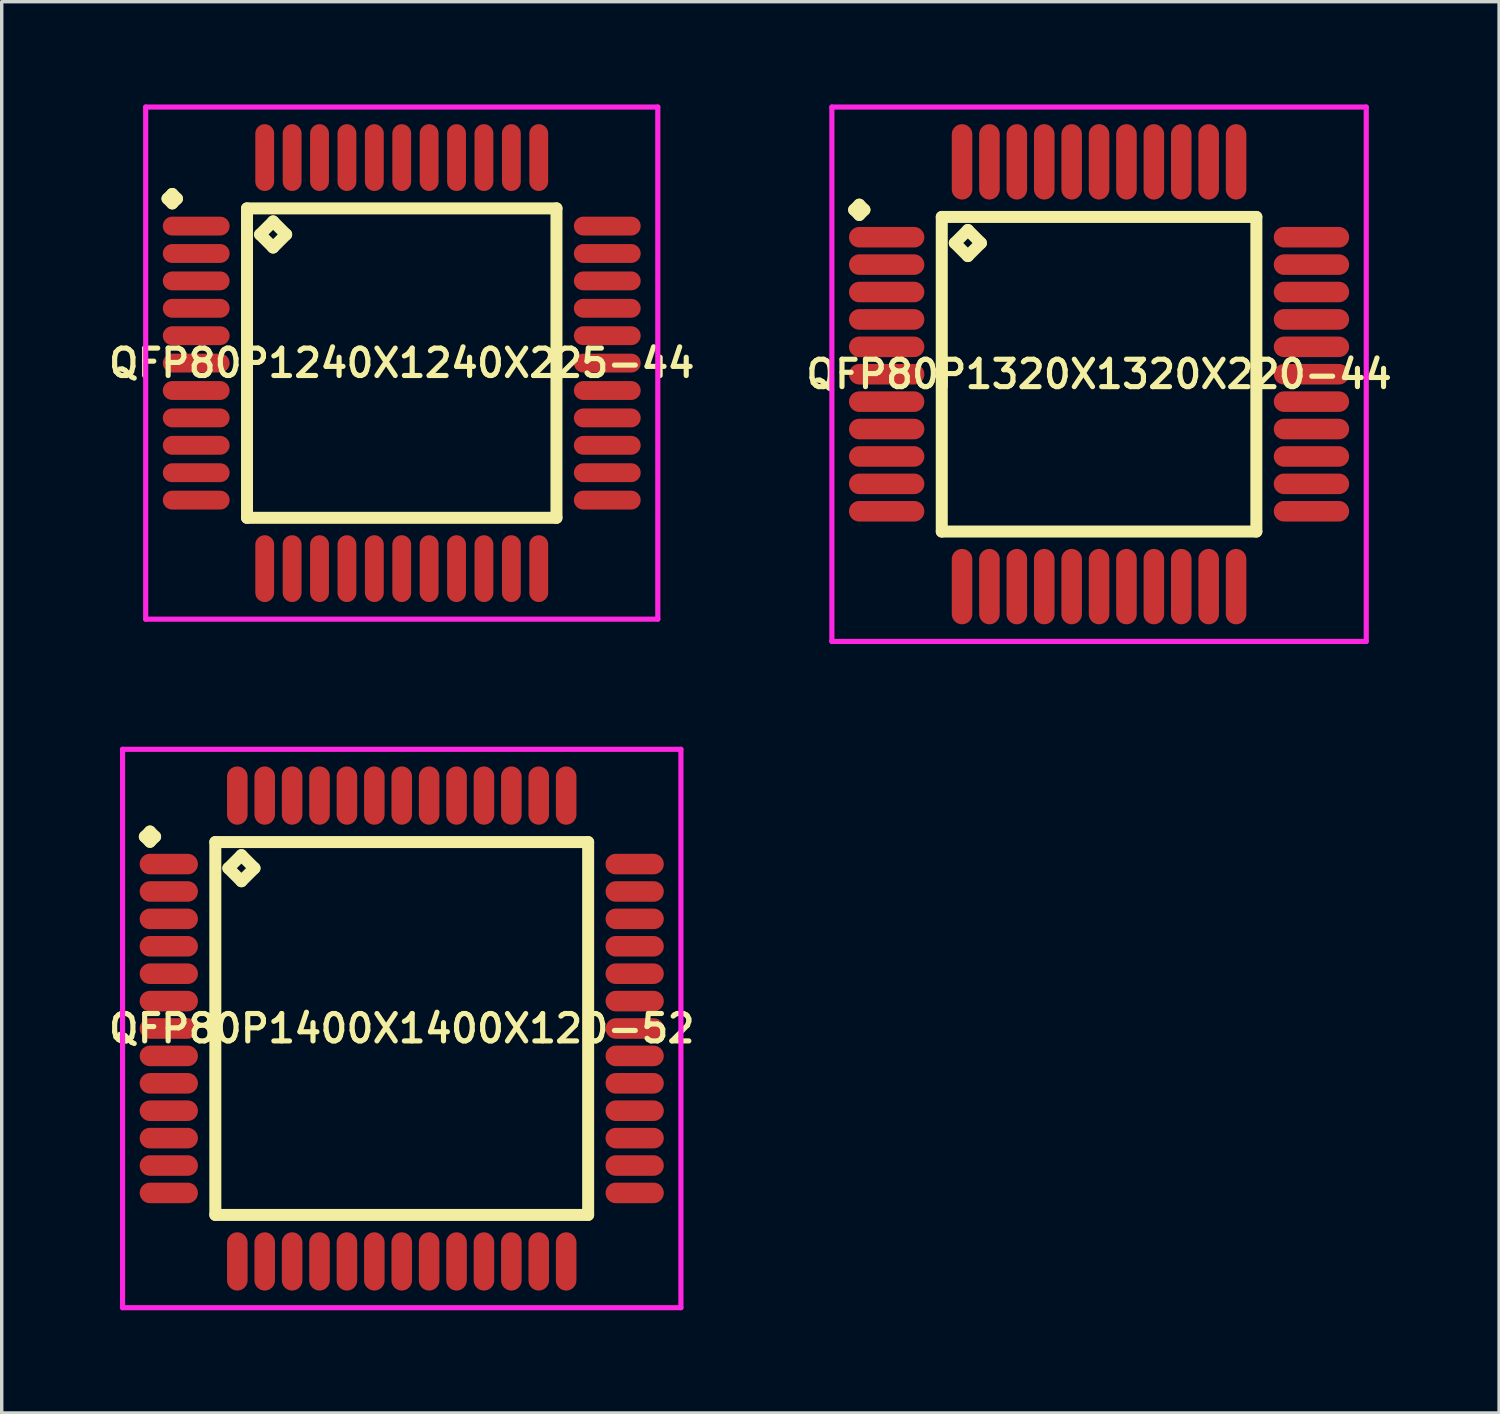
<source format=kicad_pcb>
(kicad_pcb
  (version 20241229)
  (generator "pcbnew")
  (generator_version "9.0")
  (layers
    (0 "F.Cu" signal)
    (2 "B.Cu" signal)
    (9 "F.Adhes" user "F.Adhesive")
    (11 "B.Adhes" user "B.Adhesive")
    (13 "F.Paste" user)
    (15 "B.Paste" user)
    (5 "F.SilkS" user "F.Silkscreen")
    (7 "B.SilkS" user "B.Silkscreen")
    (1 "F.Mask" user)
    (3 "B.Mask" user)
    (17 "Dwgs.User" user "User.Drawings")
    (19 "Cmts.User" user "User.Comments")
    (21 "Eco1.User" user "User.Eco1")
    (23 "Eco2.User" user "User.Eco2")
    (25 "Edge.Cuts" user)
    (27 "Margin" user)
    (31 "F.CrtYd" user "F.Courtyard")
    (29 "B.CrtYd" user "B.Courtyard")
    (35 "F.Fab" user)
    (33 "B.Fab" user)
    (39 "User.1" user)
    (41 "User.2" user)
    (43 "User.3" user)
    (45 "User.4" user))
  (footprint "QFP80P1240X1240X225-44"
    (layer "F.Cu")
    (at 8.678 7.55)
    (property "Reference" "QFP80P1240X1240X225-44" (at 0 0 0) (layer "F.SilkS") (effects (font (size 0.8 0.8) (thickness 0.15))))
    (attr smd)
    (fp_line (start -6.838 -4.8) (end -6.7 -4.938) (stroke (width 0.35) (type solid)) (layer "F.SilkS"))
    (fp_line (start -6.7 -4.938) (end -6.562 -4.8) (stroke (width 0.35) (type solid)) (layer "F.SilkS"))
    (fp_line (start -6.7 -4.662) (end -6.838 -4.8) (stroke (width 0.35) (type solid)) (layer "F.SilkS"))
    (fp_line (start -6.562 -4.8) (end -6.7 -4.662) (stroke (width 0.35) (type solid)) (layer "F.SilkS"))
    (fp_line (start -4.517 -4.517) (end -4.517 4.517) (stroke (width 0.35) (type solid)) (layer "F.SilkS"))
    (fp_line (start -4.517 4.517) (end 4.517 4.517) (stroke (width 0.35) (type solid)) (layer "F.SilkS"))
    (fp_line (start -4.136 -3.755) (end -3.755 -4.136) (stroke (width 0.35) (type solid)) (layer "F.SilkS"))
    (fp_line (start -3.755 -4.136) (end -3.374 -3.755) (stroke (width 0.35) (type solid)) (layer "F.SilkS"))
    (fp_line (start -3.755 -3.374) (end -4.136 -3.755) (stroke (width 0.35) (type solid)) (layer "F.SilkS"))
    (fp_line (start -3.374 -3.755) (end -3.755 -3.374) (stroke (width 0.35) (type solid)) (layer "F.SilkS"))
    (fp_line (start 4.517 -4.517) (end -4.517 -4.517) (stroke (width 0.35) (type solid)) (layer "F.SilkS"))
    (fp_line (start 4.517 4.517) (end 4.517 -4.517) (stroke (width 0.35) (type solid)) (layer "F.SilkS"))
    (fp_line (start -7.475 -7.475) (end 7.475 -7.475) (stroke (width 0.15) (type solid)) (layer "F.CrtYd"))
    (fp_line (start -7.475 7.475) (end -7.475 -7.475) (stroke (width 0.15) (type solid)) (layer "F.CrtYd"))
    (fp_line (start 7.475 -7.475) (end 7.475 7.475) (stroke (width 0.15) (type solid)) (layer "F.CrtYd"))
    (fp_line (start 7.475 7.475) (end -7.475 7.475) (stroke (width 0.15) (type solid)) (layer "F.CrtYd"))
    (pad "1" smd oval (at -6 -4) (size 1.95 0.55) (layers "F.Cu" "F.Mask" "F.Paste"))
    (pad "2" smd oval (at -6 -3.2) (size 1.95 0.55) (layers "F.Cu" "F.Mask" "F.Paste"))
    (pad "3" smd oval (at -6 -2.4) (size 1.95 0.55) (layers "F.Cu" "F.Mask" "F.Paste"))
    (pad "4" smd oval (at -6 -1.6) (size 1.95 0.55) (layers "F.Cu" "F.Mask" "F.Paste"))
    (pad "5" smd oval (at -6 -0.8) (size 1.95 0.55) (layers "F.Cu" "F.Mask" "F.Paste"))
    (pad "6" smd oval (at -6 0) (size 1.95 0.55) (layers "F.Cu" "F.Mask" "F.Paste"))
    (pad "7" smd oval (at -6 0.8) (size 1.95 0.55) (layers "F.Cu" "F.Mask" "F.Paste"))
    (pad "8" smd oval (at -6 1.6) (size 1.95 0.55) (layers "F.Cu" "F.Mask" "F.Paste"))
    (pad "9" smd oval (at -6 2.4) (size 1.95 0.55) (layers "F.Cu" "F.Mask" "F.Paste"))
    (pad "10" smd oval (at -6 3.2) (size 1.95 0.55) (layers "F.Cu" "F.Mask" "F.Paste"))
    (pad "11" smd oval (at -6 4) (size 1.95 0.55) (layers "F.Cu" "F.Mask" "F.Paste"))
    (pad "12" smd oval (at -4 6) (size 0.55 1.95) (layers "F.Cu" "F.Mask" "F.Paste"))
    (pad "13" smd oval (at -3.2 6) (size 0.55 1.95) (layers "F.Cu" "F.Mask" "F.Paste"))
    (pad "14" smd oval (at -2.4 6) (size 0.55 1.95) (layers "F.Cu" "F.Mask" "F.Paste"))
    (pad "15" smd oval (at -1.6 6) (size 0.55 1.95) (layers "F.Cu" "F.Mask" "F.Paste"))
    (pad "16" smd oval (at -0.8 6) (size 0.55 1.95) (layers "F.Cu" "F.Mask" "F.Paste"))
    (pad "17" smd oval (at 0 6) (size 0.55 1.95) (layers "F.Cu" "F.Mask" "F.Paste"))
    (pad "18" smd oval (at 0.8 6) (size 0.55 1.95) (layers "F.Cu" "F.Mask" "F.Paste"))
    (pad "19" smd oval (at 1.6 6) (size 0.55 1.95) (layers "F.Cu" "F.Mask" "F.Paste"))
    (pad "20" smd oval (at 2.4 6) (size 0.55 1.95) (layers "F.Cu" "F.Mask" "F.Paste"))
    (pad "21" smd oval (at 3.2 6) (size 0.55 1.95) (layers "F.Cu" "F.Mask" "F.Paste"))
    (pad "22" smd oval (at 4 6) (size 0.55 1.95) (layers "F.Cu" "F.Mask" "F.Paste"))
    (pad "23" smd oval (at 6 4) (size 1.95 0.55) (layers "F.Cu" "F.Mask" "F.Paste"))
    (pad "24" smd oval (at 6 3.2) (size 1.95 0.55) (layers "F.Cu" "F.Mask" "F.Paste"))
    (pad "25" smd oval (at 6 2.4) (size 1.95 0.55) (layers "F.Cu" "F.Mask" "F.Paste"))
    (pad "26" smd oval (at 6 1.6) (size 1.95 0.55) (layers "F.Cu" "F.Mask" "F.Paste"))
    (pad "27" smd oval (at 6 0.8) (size 1.95 0.55) (layers "F.Cu" "F.Mask" "F.Paste"))
    (pad "28" smd oval (at 6 0) (size 1.95 0.55) (layers "F.Cu" "F.Mask" "F.Paste"))
    (pad "29" smd oval (at 6 -0.8) (size 1.95 0.55) (layers "F.Cu" "F.Mask" "F.Paste"))
    (pad "30" smd oval (at 6 -1.6) (size 1.95 0.55) (layers "F.Cu" "F.Mask" "F.Paste"))
    (pad "31" smd oval (at 6 -2.4) (size 1.95 0.55) (layers "F.Cu" "F.Mask" "F.Paste"))
    (pad "32" smd oval (at 6 -3.2) (size 1.95 0.55) (layers "F.Cu" "F.Mask" "F.Paste"))
    (pad "33" smd oval (at 6 -4) (size 1.95 0.55) (layers "F.Cu" "F.Mask" "F.Paste"))
    (pad "34" smd oval (at 4 -6) (size 0.55 1.95) (layers "F.Cu" "F.Mask" "F.Paste"))
    (pad "35" smd oval (at 3.2 -6) (size 0.55 1.95) (layers "F.Cu" "F.Mask" "F.Paste"))
    (pad "36" smd oval (at 2.4 -6) (size 0.55 1.95) (layers "F.Cu" "F.Mask" "F.Paste"))
    (pad "37" smd oval (at 1.6 -6) (size 0.55 1.95) (layers "F.Cu" "F.Mask" "F.Paste"))
    (pad "38" smd oval (at 0.8 -6) (size 0.55 1.95) (layers "F.Cu" "F.Mask" "F.Paste"))
    (pad "39" smd oval (at 0 -6) (size 0.55 1.95) (layers "F.Cu" "F.Mask" "F.Paste"))
    (pad "40" smd oval (at -0.8 -6) (size 0.55 1.95) (layers "F.Cu" "F.Mask" "F.Paste"))
    (pad "41" smd oval (at -1.6 -6) (size 0.55 1.95) (layers "F.Cu" "F.Mask" "F.Paste"))
    (pad "42" smd oval (at -2.4 -6) (size 0.55 1.95) (layers "F.Cu" "F.Mask" "F.Paste"))
    (pad "43" smd oval (at -3.2 -6) (size 0.55 1.95) (layers "F.Cu" "F.Mask" "F.Paste"))
    (pad "44" smd oval (at -4 -6) (size 0.55 1.95) (layers "F.Cu" "F.Mask" "F.Paste")))
  (footprint "QFP80P1320X1320X220-44"
    (layer "F.Cu")
    (at 29.035 7.875)
    (property "Reference" "QFP80P1320X1320X220-44" (at 0 0 0) (layer "F.SilkS") (effects (font (size 0.8 0.8) (thickness 0.15))))
    (attr smd)
    (fp_line (start -7.15 -4.8) (end -7 -4.95) (stroke (width 0.35) (type solid)) (layer "F.SilkS"))
    (fp_line (start -7 -4.95) (end -6.85 -4.8) (stroke (width 0.35) (type solid)) (layer "F.SilkS"))
    (fp_line (start -7 -4.65) (end -7.15 -4.8) (stroke (width 0.35) (type solid)) (layer "F.SilkS"))
    (fp_line (start -6.85 -4.8) (end -7 -4.65) (stroke (width 0.35) (type solid)) (layer "F.SilkS"))
    (fp_line (start -4.592 -4.592) (end -4.592 4.592) (stroke (width 0.35) (type solid)) (layer "F.SilkS"))
    (fp_line (start -4.592 4.592) (end 4.592 4.592) (stroke (width 0.35) (type solid)) (layer "F.SilkS"))
    (fp_line (start -4.211 -3.83) (end -3.83 -4.211) (stroke (width 0.35) (type solid)) (layer "F.SilkS"))
    (fp_line (start -3.83 -4.211) (end -3.449 -3.83) (stroke (width 0.35) (type solid)) (layer "F.SilkS"))
    (fp_line (start -3.83 -3.449) (end -4.211 -3.83) (stroke (width 0.35) (type solid)) (layer "F.SilkS"))
    (fp_line (start -3.449 -3.83) (end -3.83 -3.449) (stroke (width 0.35) (type solid)) (layer "F.SilkS"))
    (fp_line (start 4.592 -4.592) (end -4.592 -4.592) (stroke (width 0.35) (type solid)) (layer "F.SilkS"))
    (fp_line (start 4.592 4.592) (end 4.592 -4.592) (stroke (width 0.35) (type solid)) (layer "F.SilkS"))
    (fp_line (start -7.8 -7.8) (end 7.8 -7.8) (stroke (width 0.15) (type solid)) (layer "F.CrtYd"))
    (fp_line (start -7.8 7.8) (end -7.8 -7.8) (stroke (width 0.15) (type solid)) (layer "F.CrtYd"))
    (fp_line (start 7.8 -7.8) (end 7.8 7.8) (stroke (width 0.15) (type solid)) (layer "F.CrtYd"))
    (fp_line (start 7.8 7.8) (end -7.8 7.8) (stroke (width 0.15) (type solid)) (layer "F.CrtYd"))
    (pad "1" smd oval (at -6.2 -4) (size 2.2 0.6) (layers "F.Cu" "F.Mask" "F.Paste"))
    (pad "2" smd oval (at -6.2 -3.2) (size 2.2 0.6) (layers "F.Cu" "F.Mask" "F.Paste"))
    (pad "3" smd oval (at -6.2 -2.4) (size 2.2 0.6) (layers "F.Cu" "F.Mask" "F.Paste"))
    (pad "4" smd oval (at -6.2 -1.6) (size 2.2 0.6) (layers "F.Cu" "F.Mask" "F.Paste"))
    (pad "5" smd oval (at -6.2 -0.8) (size 2.2 0.6) (layers "F.Cu" "F.Mask" "F.Paste"))
    (pad "6" smd oval (at -6.2 0) (size 2.2 0.6) (layers "F.Cu" "F.Mask" "F.Paste"))
    (pad "7" smd oval (at -6.2 0.8) (size 2.2 0.6) (layers "F.Cu" "F.Mask" "F.Paste"))
    (pad "8" smd oval (at -6.2 1.6) (size 2.2 0.6) (layers "F.Cu" "F.Mask" "F.Paste"))
    (pad "9" smd oval (at -6.2 2.4) (size 2.2 0.6) (layers "F.Cu" "F.Mask" "F.Paste"))
    (pad "10" smd oval (at -6.2 3.2) (size 2.2 0.6) (layers "F.Cu" "F.Mask" "F.Paste"))
    (pad "11" smd oval (at -6.2 4) (size 2.2 0.6) (layers "F.Cu" "F.Mask" "F.Paste"))
    (pad "12" smd oval (at -4 6.2) (size 0.6 2.2) (layers "F.Cu" "F.Mask" "F.Paste"))
    (pad "13" smd oval (at -3.2 6.2) (size 0.6 2.2) (layers "F.Cu" "F.Mask" "F.Paste"))
    (pad "14" smd oval (at -2.4 6.2) (size 0.6 2.2) (layers "F.Cu" "F.Mask" "F.Paste"))
    (pad "15" smd oval (at -1.6 6.2) (size 0.6 2.2) (layers "F.Cu" "F.Mask" "F.Paste"))
    (pad "16" smd oval (at -0.8 6.2) (size 0.6 2.2) (layers "F.Cu" "F.Mask" "F.Paste"))
    (pad "17" smd oval (at 0 6.2) (size 0.6 2.2) (layers "F.Cu" "F.Mask" "F.Paste"))
    (pad "18" smd oval (at 0.8 6.2) (size 0.6 2.2) (layers "F.Cu" "F.Mask" "F.Paste"))
    (pad "19" smd oval (at 1.6 6.2) (size 0.6 2.2) (layers "F.Cu" "F.Mask" "F.Paste"))
    (pad "20" smd oval (at 2.4 6.2) (size 0.6 2.2) (layers "F.Cu" "F.Mask" "F.Paste"))
    (pad "21" smd oval (at 3.2 6.2) (size 0.6 2.2) (layers "F.Cu" "F.Mask" "F.Paste"))
    (pad "22" smd oval (at 4 6.2) (size 0.6 2.2) (layers "F.Cu" "F.Mask" "F.Paste"))
    (pad "23" smd oval (at 6.2 4) (size 2.2 0.6) (layers "F.Cu" "F.Mask" "F.Paste"))
    (pad "24" smd oval (at 6.2 3.2) (size 2.2 0.6) (layers "F.Cu" "F.Mask" "F.Paste"))
    (pad "25" smd oval (at 6.2 2.4) (size 2.2 0.6) (layers "F.Cu" "F.Mask" "F.Paste"))
    (pad "26" smd oval (at 6.2 1.6) (size 2.2 0.6) (layers "F.Cu" "F.Mask" "F.Paste"))
    (pad "27" smd oval (at 6.2 0.8) (size 2.2 0.6) (layers "F.Cu" "F.Mask" "F.Paste"))
    (pad "28" smd oval (at 6.2 0) (size 2.2 0.6) (layers "F.Cu" "F.Mask" "F.Paste"))
    (pad "29" smd oval (at 6.2 -0.8) (size 2.2 0.6) (layers "F.Cu" "F.Mask" "F.Paste"))
    (pad "30" smd oval (at 6.2 -1.6) (size 2.2 0.6) (layers "F.Cu" "F.Mask" "F.Paste"))
    (pad "31" smd oval (at 6.2 -2.4) (size 2.2 0.6) (layers "F.Cu" "F.Mask" "F.Paste"))
    (pad "32" smd oval (at 6.2 -3.2) (size 2.2 0.6) (layers "F.Cu" "F.Mask" "F.Paste"))
    (pad "33" smd oval (at 6.2 -4) (size 2.2 0.6) (layers "F.Cu" "F.Mask" "F.Paste"))
    (pad "34" smd oval (at 4 -6.2) (size 0.6 2.2) (layers "F.Cu" "F.Mask" "F.Paste"))
    (pad "35" smd oval (at 3.2 -6.2) (size 0.6 2.2) (layers "F.Cu" "F.Mask" "F.Paste"))
    (pad "36" smd oval (at 2.4 -6.2) (size 0.6 2.2) (layers "F.Cu" "F.Mask" "F.Paste"))
    (pad "37" smd oval (at 1.6 -6.2) (size 0.6 2.2) (layers "F.Cu" "F.Mask" "F.Paste"))
    (pad "38" smd oval (at 0.8 -6.2) (size 0.6 2.2) (layers "F.Cu" "F.Mask" "F.Paste"))
    (pad "39" smd oval (at 0 -6.2) (size 0.6 2.2) (layers "F.Cu" "F.Mask" "F.Paste"))
    (pad "40" smd oval (at -0.8 -6.2) (size 0.6 2.2) (layers "F.Cu" "F.Mask" "F.Paste"))
    (pad "41" smd oval (at -1.6 -6.2) (size 0.6 2.2) (layers "F.Cu" "F.Mask" "F.Paste"))
    (pad "42" smd oval (at -2.4 -6.2) (size 0.6 2.2) (layers "F.Cu" "F.Mask" "F.Paste"))
    (pad "43" smd oval (at -3.2 -6.2) (size 0.6 2.2) (layers "F.Cu" "F.Mask" "F.Paste"))
    (pad "44" smd oval (at -4 -6.2) (size 0.6 2.2) (layers "F.Cu" "F.Mask" "F.Paste")))
  (footprint "QFP80P1400X1400X120-52"
    (layer "F.Cu")
    (at 8.678 26.975)
    (property "Reference" "QFP80P1400X1400X120-52" (at 0 0 0) (layer "F.SilkS") (effects (font (size 0.8 0.8) (thickness 0.15))))
    (attr smd)
    (fp_line (start -7.5 -5.6) (end -7.35 -5.75) (stroke (width 0.35) (type solid)) (layer "F.SilkS"))
    (fp_line (start -7.35 -5.75) (end -7.2 -5.6) (stroke (width 0.35) (type solid)) (layer "F.SilkS"))
    (fp_line (start -7.35 -5.45) (end -7.5 -5.6) (stroke (width 0.35) (type solid)) (layer "F.SilkS"))
    (fp_line (start -7.2 -5.6) (end -7.35 -5.45) (stroke (width 0.35) (type solid)) (layer "F.SilkS"))
    (fp_line (start -5.442 -5.442) (end -5.442 5.442) (stroke (width 0.35) (type solid)) (layer "F.SilkS"))
    (fp_line (start -5.442 5.442) (end 5.442 5.442) (stroke (width 0.35) (type solid)) (layer "F.SilkS"))
    (fp_line (start -5.061 -4.68) (end -4.68 -5.061) (stroke (width 0.35) (type solid)) (layer "F.SilkS"))
    (fp_line (start -4.68 -5.061) (end -4.299 -4.68) (stroke (width 0.35) (type solid)) (layer "F.SilkS"))
    (fp_line (start -4.68 -4.299) (end -5.061 -4.68) (stroke (width 0.35) (type solid)) (layer "F.SilkS"))
    (fp_line (start -4.299 -4.68) (end -4.68 -4.299) (stroke (width 0.35) (type solid)) (layer "F.SilkS"))
    (fp_line (start 5.442 -5.442) (end -5.442 -5.442) (stroke (width 0.35) (type solid)) (layer "F.SilkS"))
    (fp_line (start 5.442 5.442) (end 5.442 -5.442) (stroke (width 0.35) (type solid)) (layer "F.SilkS"))
    (fp_line (start -8.15 -8.15) (end 8.15 -8.15) (stroke (width 0.15) (type solid)) (layer "F.CrtYd"))
    (fp_line (start -8.15 8.15) (end -8.15 -8.15) (stroke (width 0.15) (type solid)) (layer "F.CrtYd"))
    (fp_line (start 8.15 -8.15) (end 8.15 8.15) (stroke (width 0.15) (type solid)) (layer "F.CrtYd"))
    (fp_line (start 8.15 8.15) (end -8.15 8.15) (stroke (width 0.15) (type solid)) (layer "F.CrtYd"))
    (pad "1" smd oval (at -6.8 -4.8) (size 1.7 0.6) (layers "F.Cu" "F.Mask" "F.Paste"))
    (pad "2" smd oval (at -6.8 -4) (size 1.7 0.6) (layers "F.Cu" "F.Mask" "F.Paste"))
    (pad "3" smd oval (at -6.8 -3.2) (size 1.7 0.6) (layers "F.Cu" "F.Mask" "F.Paste"))
    (pad "4" smd oval (at -6.8 -2.4) (size 1.7 0.6) (layers "F.Cu" "F.Mask" "F.Paste"))
    (pad "5" smd oval (at -6.8 -1.6) (size 1.7 0.6) (layers "F.Cu" "F.Mask" "F.Paste"))
    (pad "6" smd oval (at -6.8 -0.8) (size 1.7 0.6) (layers "F.Cu" "F.Mask" "F.Paste"))
    (pad "7" smd oval (at -6.8 0) (size 1.7 0.6) (layers "F.Cu" "F.Mask" "F.Paste"))
    (pad "8" smd oval (at -6.8 0.8) (size 1.7 0.6) (layers "F.Cu" "F.Mask" "F.Paste"))
    (pad "9" smd oval (at -6.8 1.6) (size 1.7 0.6) (layers "F.Cu" "F.Mask" "F.Paste"))
    (pad "10" smd oval (at -6.8 2.4) (size 1.7 0.6) (layers "F.Cu" "F.Mask" "F.Paste"))
    (pad "11" smd oval (at -6.8 3.2) (size 1.7 0.6) (layers "F.Cu" "F.Mask" "F.Paste"))
    (pad "12" smd oval (at -6.8 4) (size 1.7 0.6) (layers "F.Cu" "F.Mask" "F.Paste"))
    (pad "13" smd oval (at -6.8 4.8) (size 1.7 0.6) (layers "F.Cu" "F.Mask" "F.Paste"))
    (pad "14" smd oval (at -4.8 6.8) (size 0.6 1.7) (layers "F.Cu" "F.Mask" "F.Paste"))
    (pad "15" smd oval (at -4 6.8) (size 0.6 1.7) (layers "F.Cu" "F.Mask" "F.Paste"))
    (pad "16" smd oval (at -3.2 6.8) (size 0.6 1.7) (layers "F.Cu" "F.Mask" "F.Paste"))
    (pad "17" smd oval (at -2.4 6.8) (size 0.6 1.7) (layers "F.Cu" "F.Mask" "F.Paste"))
    (pad "18" smd oval (at -1.6 6.8) (size 0.6 1.7) (layers "F.Cu" "F.Mask" "F.Paste"))
    (pad "19" smd oval (at -0.8 6.8) (size 0.6 1.7) (layers "F.Cu" "F.Mask" "F.Paste"))
    (pad "20" smd oval (at 0 6.8) (size 0.6 1.7) (layers "F.Cu" "F.Mask" "F.Paste"))
    (pad "21" smd oval (at 0.8 6.8) (size 0.6 1.7) (layers "F.Cu" "F.Mask" "F.Paste"))
    (pad "22" smd oval (at 1.6 6.8) (size 0.6 1.7) (layers "F.Cu" "F.Mask" "F.Paste"))
    (pad "23" smd oval (at 2.4 6.8) (size 0.6 1.7) (layers "F.Cu" "F.Mask" "F.Paste"))
    (pad "24" smd oval (at 3.2 6.8) (size 0.6 1.7) (layers "F.Cu" "F.Mask" "F.Paste"))
    (pad "25" smd oval (at 4 6.8) (size 0.6 1.7) (layers "F.Cu" "F.Mask" "F.Paste"))
    (pad "26" smd oval (at 4.8 6.8) (size 0.6 1.7) (layers "F.Cu" "F.Mask" "F.Paste"))
    (pad "27" smd oval (at 6.8 4.8) (size 1.7 0.6) (layers "F.Cu" "F.Mask" "F.Paste"))
    (pad "28" smd oval (at 6.8 4) (size 1.7 0.6) (layers "F.Cu" "F.Mask" "F.Paste"))
    (pad "29" smd oval (at 6.8 3.2) (size 1.7 0.6) (layers "F.Cu" "F.Mask" "F.Paste"))
    (pad "30" smd oval (at 6.8 2.4) (size 1.7 0.6) (layers "F.Cu" "F.Mask" "F.Paste"))
    (pad "31" smd oval (at 6.8 1.6) (size 1.7 0.6) (layers "F.Cu" "F.Mask" "F.Paste"))
    (pad "32" smd oval (at 6.8 0.8) (size 1.7 0.6) (layers "F.Cu" "F.Mask" "F.Paste"))
    (pad "33" smd oval (at 6.8 0) (size 1.7 0.6) (layers "F.Cu" "F.Mask" "F.Paste"))
    (pad "34" smd oval (at 6.8 -0.8) (size 1.7 0.6) (layers "F.Cu" "F.Mask" "F.Paste"))
    (pad "35" smd oval (at 6.8 -1.6) (size 1.7 0.6) (layers "F.Cu" "F.Mask" "F.Paste"))
    (pad "36" smd oval (at 6.8 -2.4) (size 1.7 0.6) (layers "F.Cu" "F.Mask" "F.Paste"))
    (pad "37" smd oval (at 6.8 -3.2) (size 1.7 0.6) (layers "F.Cu" "F.Mask" "F.Paste"))
    (pad "38" smd oval (at 6.8 -4) (size 1.7 0.6) (layers "F.Cu" "F.Mask" "F.Paste"))
    (pad "39" smd oval (at 6.8 -4.8) (size 1.7 0.6) (layers "F.Cu" "F.Mask" "F.Paste"))
    (pad "40" smd oval (at 4.8 -6.8) (size 0.6 1.7) (layers "F.Cu" "F.Mask" "F.Paste"))
    (pad "41" smd oval (at 4 -6.8) (size 0.6 1.7) (layers "F.Cu" "F.Mask" "F.Paste"))
    (pad "42" smd oval (at 3.2 -6.8) (size 0.6 1.7) (layers "F.Cu" "F.Mask" "F.Paste"))
    (pad "43" smd oval (at 2.4 -6.8) (size 0.6 1.7) (layers "F.Cu" "F.Mask" "F.Paste"))
    (pad "44" smd oval (at 1.6 -6.8) (size 0.6 1.7) (layers "F.Cu" "F.Mask" "F.Paste"))
    (pad "45" smd oval (at 0.8 -6.8) (size 0.6 1.7) (layers "F.Cu" "F.Mask" "F.Paste"))
    (pad "46" smd oval (at 0 -6.8) (size 0.6 1.7) (layers "F.Cu" "F.Mask" "F.Paste"))
    (pad "47" smd oval (at -0.8 -6.8) (size 0.6 1.7) (layers "F.Cu" "F.Mask" "F.Paste"))
    (pad "48" smd oval (at -1.6 -6.8) (size 0.6 1.7) (layers "F.Cu" "F.Mask" "F.Paste"))
    (pad "49" smd oval (at -2.4 -6.8) (size 0.6 1.7) (layers "F.Cu" "F.Mask" "F.Paste"))
    (pad "50" smd oval (at -3.2 -6.8) (size 0.6 1.7) (layers "F.Cu" "F.Mask" "F.Paste"))
    (pad "51" smd oval (at -4 -6.8) (size 0.6 1.7) (layers "F.Cu" "F.Mask" "F.Paste"))
    (pad "52" smd oval (at -4.8 -6.8) (size 0.6 1.7) (layers "F.Cu" "F.Mask" "F.Paste")))
  (gr_rect
    (start -3 -3)
    (end 40.713 38.2)
    (stroke (width 0.1) (type default))
    (fill no)
    (layer "Edge.Cuts")))
</source>
